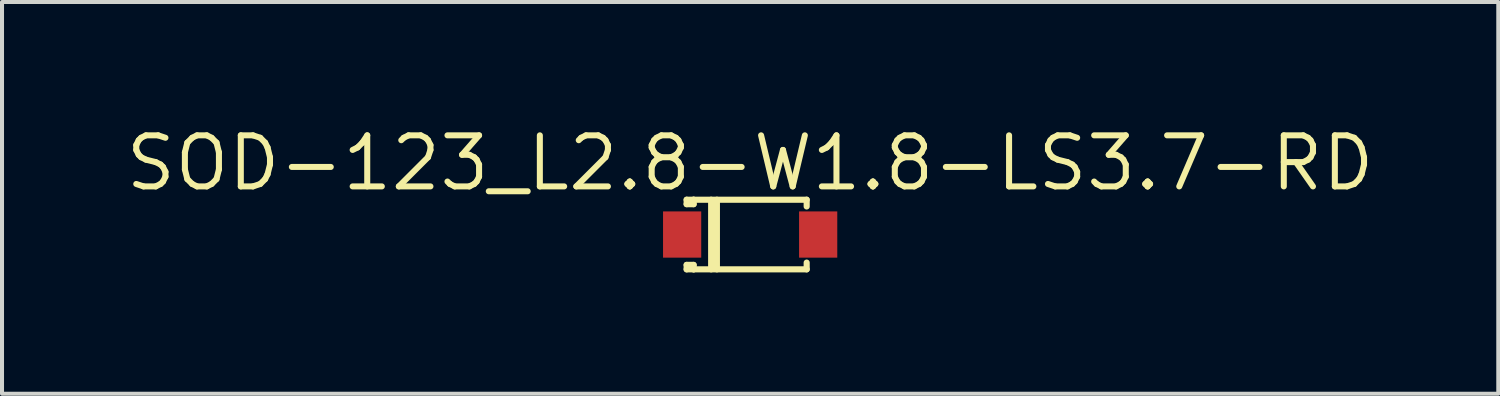
<source format=kicad_pcb>
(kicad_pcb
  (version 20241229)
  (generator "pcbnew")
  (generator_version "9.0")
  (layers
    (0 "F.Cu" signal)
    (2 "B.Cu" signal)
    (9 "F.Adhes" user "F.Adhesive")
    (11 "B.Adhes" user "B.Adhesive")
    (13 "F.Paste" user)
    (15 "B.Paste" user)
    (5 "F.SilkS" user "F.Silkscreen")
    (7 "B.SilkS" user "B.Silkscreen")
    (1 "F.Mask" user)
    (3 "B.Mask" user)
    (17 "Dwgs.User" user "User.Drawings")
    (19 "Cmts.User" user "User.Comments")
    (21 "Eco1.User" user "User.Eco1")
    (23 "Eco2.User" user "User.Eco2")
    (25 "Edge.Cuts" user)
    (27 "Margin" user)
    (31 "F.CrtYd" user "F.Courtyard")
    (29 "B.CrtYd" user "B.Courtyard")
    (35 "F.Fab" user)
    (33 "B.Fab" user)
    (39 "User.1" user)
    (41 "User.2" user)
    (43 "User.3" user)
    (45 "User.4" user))
  (footprint "SOD-123_L2.8-W1.8-LS3.7-RD"
    (layer "F.Cu")
    (at 15.61 2.784)
    (property "Reference" "SOD-123_L2.8-W1.8-LS3.7-RD" (at 0 -1.777 0) (layer "F.SilkS") (effects (font (size 1.27 1.27) (thickness 0.15))))
    (fp_line (start -1.58 -0.866) (end -1.406 -0.866) (stroke (width 0.152) (type default)) (layer "F.SilkS"))
    (fp_line (start -1.58 -0.755) (end -1.58 -0.866) (stroke (width 0.152) (type default)) (layer "F.SilkS"))
    (fp_line (start -1.58 -0.755) (end -1.406 -0.755) (stroke (width 0.152) (type default)) (layer "F.SilkS"))
    (fp_line (start -1.58 0.755) (end -1.406 0.755) (stroke (width 0.152) (type default)) (layer "F.SilkS"))
    (fp_line (start -1.58 0.866) (end -1.58 0.755) (stroke (width 0.152) (type default)) (layer "F.SilkS"))
    (fp_line (start -1.406 -0.866) (end -1.406 -0.755) (stroke (width 0.152) (type default)) (layer "F.SilkS"))
    (fp_line (start -1.406 -0.866) (end 1.406 -0.866) (stroke (width 0.152) (type default)) (layer "F.SilkS"))
    (fp_line (start -1.406 0.755) (end -1.406 0.866) (stroke (width 0.152) (type default)) (layer "F.SilkS"))
    (fp_line (start -1.406 0.866) (end -1.58 0.866) (stroke (width 0.152) (type default)) (layer "F.SilkS"))
    (fp_line (start -1.406 0.866) (end 1.406 0.866) (stroke (width 0.152) (type default)) (layer "F.SilkS"))
    (fp_line (start -0.97 -0.866) (end -0.97 0.866) (stroke (width 0.152) (type default)) (layer "F.SilkS"))
    (fp_line (start -0.827 -0.866) (end -0.827 0.866) (stroke (width 0.152) (type default)) (layer "F.SilkS"))
    (fp_line (start 1.406 -0.866) (end 1.406 -0.698) (stroke (width 0.152) (type default)) (layer "F.SilkS"))
    (fp_line (start 1.406 0.866) (end 1.406 0.698) (stroke (width 0.152) (type default)) (layer "F.SilkS"))
    (fp_circle (center -1.85 0.9) (end -1.82 0.9) (stroke (width 0.06) (type default)) (fill no) (layer "User.5"))
    (pad "1" smd rect (at -1.692 0) (size 0.95 1.15) (layers "F.Cu" "F.Mask" "F.Paste"))
    (pad "2" smd rect (at 1.692 0) (size 0.95 1.15) (layers "F.Cu" "F.Mask" "F.Paste"))
    (zone (net_name "") (layer "Dwgs.User") (hatch edge 0.5) (priority 100) (connect_pads yes) (min_thickness 0) (filled_areas_thickness no) (fill yes) (polygon (pts (xy 13.58 2.689) (xy 13.58 2.878) (xy 14.338 2.878) (xy 14.338 2.689))) (filled_polygon (layer "Dwgs.User") (island) (pts (xy 13.58 2.689) (xy 13.58 2.878) (xy 14.338 2.878) (xy 14.338 2.689))))
    (zone (net_name "") (layer "Dwgs.User") (hatch edge 0.5) (priority 100) (connect_pads yes) (min_thickness 0) (filled_areas_thickness no) (fill yes) (polygon (pts (xy 17.261 2.149) (xy 17.261 3.413) (xy 17.072 3.413) (xy 17.072 2.149))) (filled_polygon (layer "Dwgs.User") (island) (pts (xy 17.261 2.149) (xy 17.261 3.413) (xy 17.072 3.413) (xy 17.072 2.149))))
    (zone (net_name "") (layer "Dwgs.User") (hatch edge 0.5) (priority 100) (connect_pads yes) (min_thickness 0) (filled_areas_thickness no) (fill yes) (polygon (pts (xy 17.546 2.686) (xy 17.546 2.875) (xy 16.787 2.875) (xy 16.787 2.686))) (filled_polygon (layer "Dwgs.User") (island) (pts (xy 17.546 2.686) (xy 17.546 2.875) (xy 16.787 2.875) (xy 16.787 2.686))))
    (zone (net_name "") (layer "User.3") (hatch edge 0.5) (priority 100) (connect_pads yes) (min_thickness 0) (filled_areas_thickness no) (fill yes) (polygon (pts (xy 14.21 3.684) (xy 14.21 1.884) (xy 17.01 1.884) (xy 17.01 3.684))) (filled_polygon (layer "User.3") (island) (pts (xy 14.21 3.684) (xy 14.21 1.884) (xy 17.01 1.884) (xy 17.01 3.684))))
    (zone (net_name "") (layer "User.4") (hatch edge 0.5) (priority 100) (connect_pads yes) (min_thickness 0) (filled_areas_thickness no) (fill yes) (polygon (pts (xy 13.76 3.249) (xy 13.76 2.319) (xy 14.31 2.319) (xy 14.31 3.249))) (filled_polygon (layer "User.4") (island) (pts (xy 13.76 3.249) (xy 13.76 2.319) (xy 14.31 2.319) (xy 14.31 3.249))))
    (zone (net_name "") (layer "User.4") (hatch edge 0.5) (priority 100) (connect_pads yes) (min_thickness 0) (filled_areas_thickness no) (fill yes) (polygon (pts (xy 17.461 3.249) (xy 17.461 2.319) (xy 16.911 2.319) (xy 16.911 3.249))) (filled_polygon (layer "User.4") (island) (pts (xy 17.461 3.249) (xy 17.461 2.319) (xy 16.911 2.319) (xy 16.911 3.249)))))
  (gr_rect
    (start -3 -3)
    (end 34.22 6.744)
    (stroke (width 0.1) (type default))
    (fill no)
    (layer "Edge.Cuts")))
</source>
